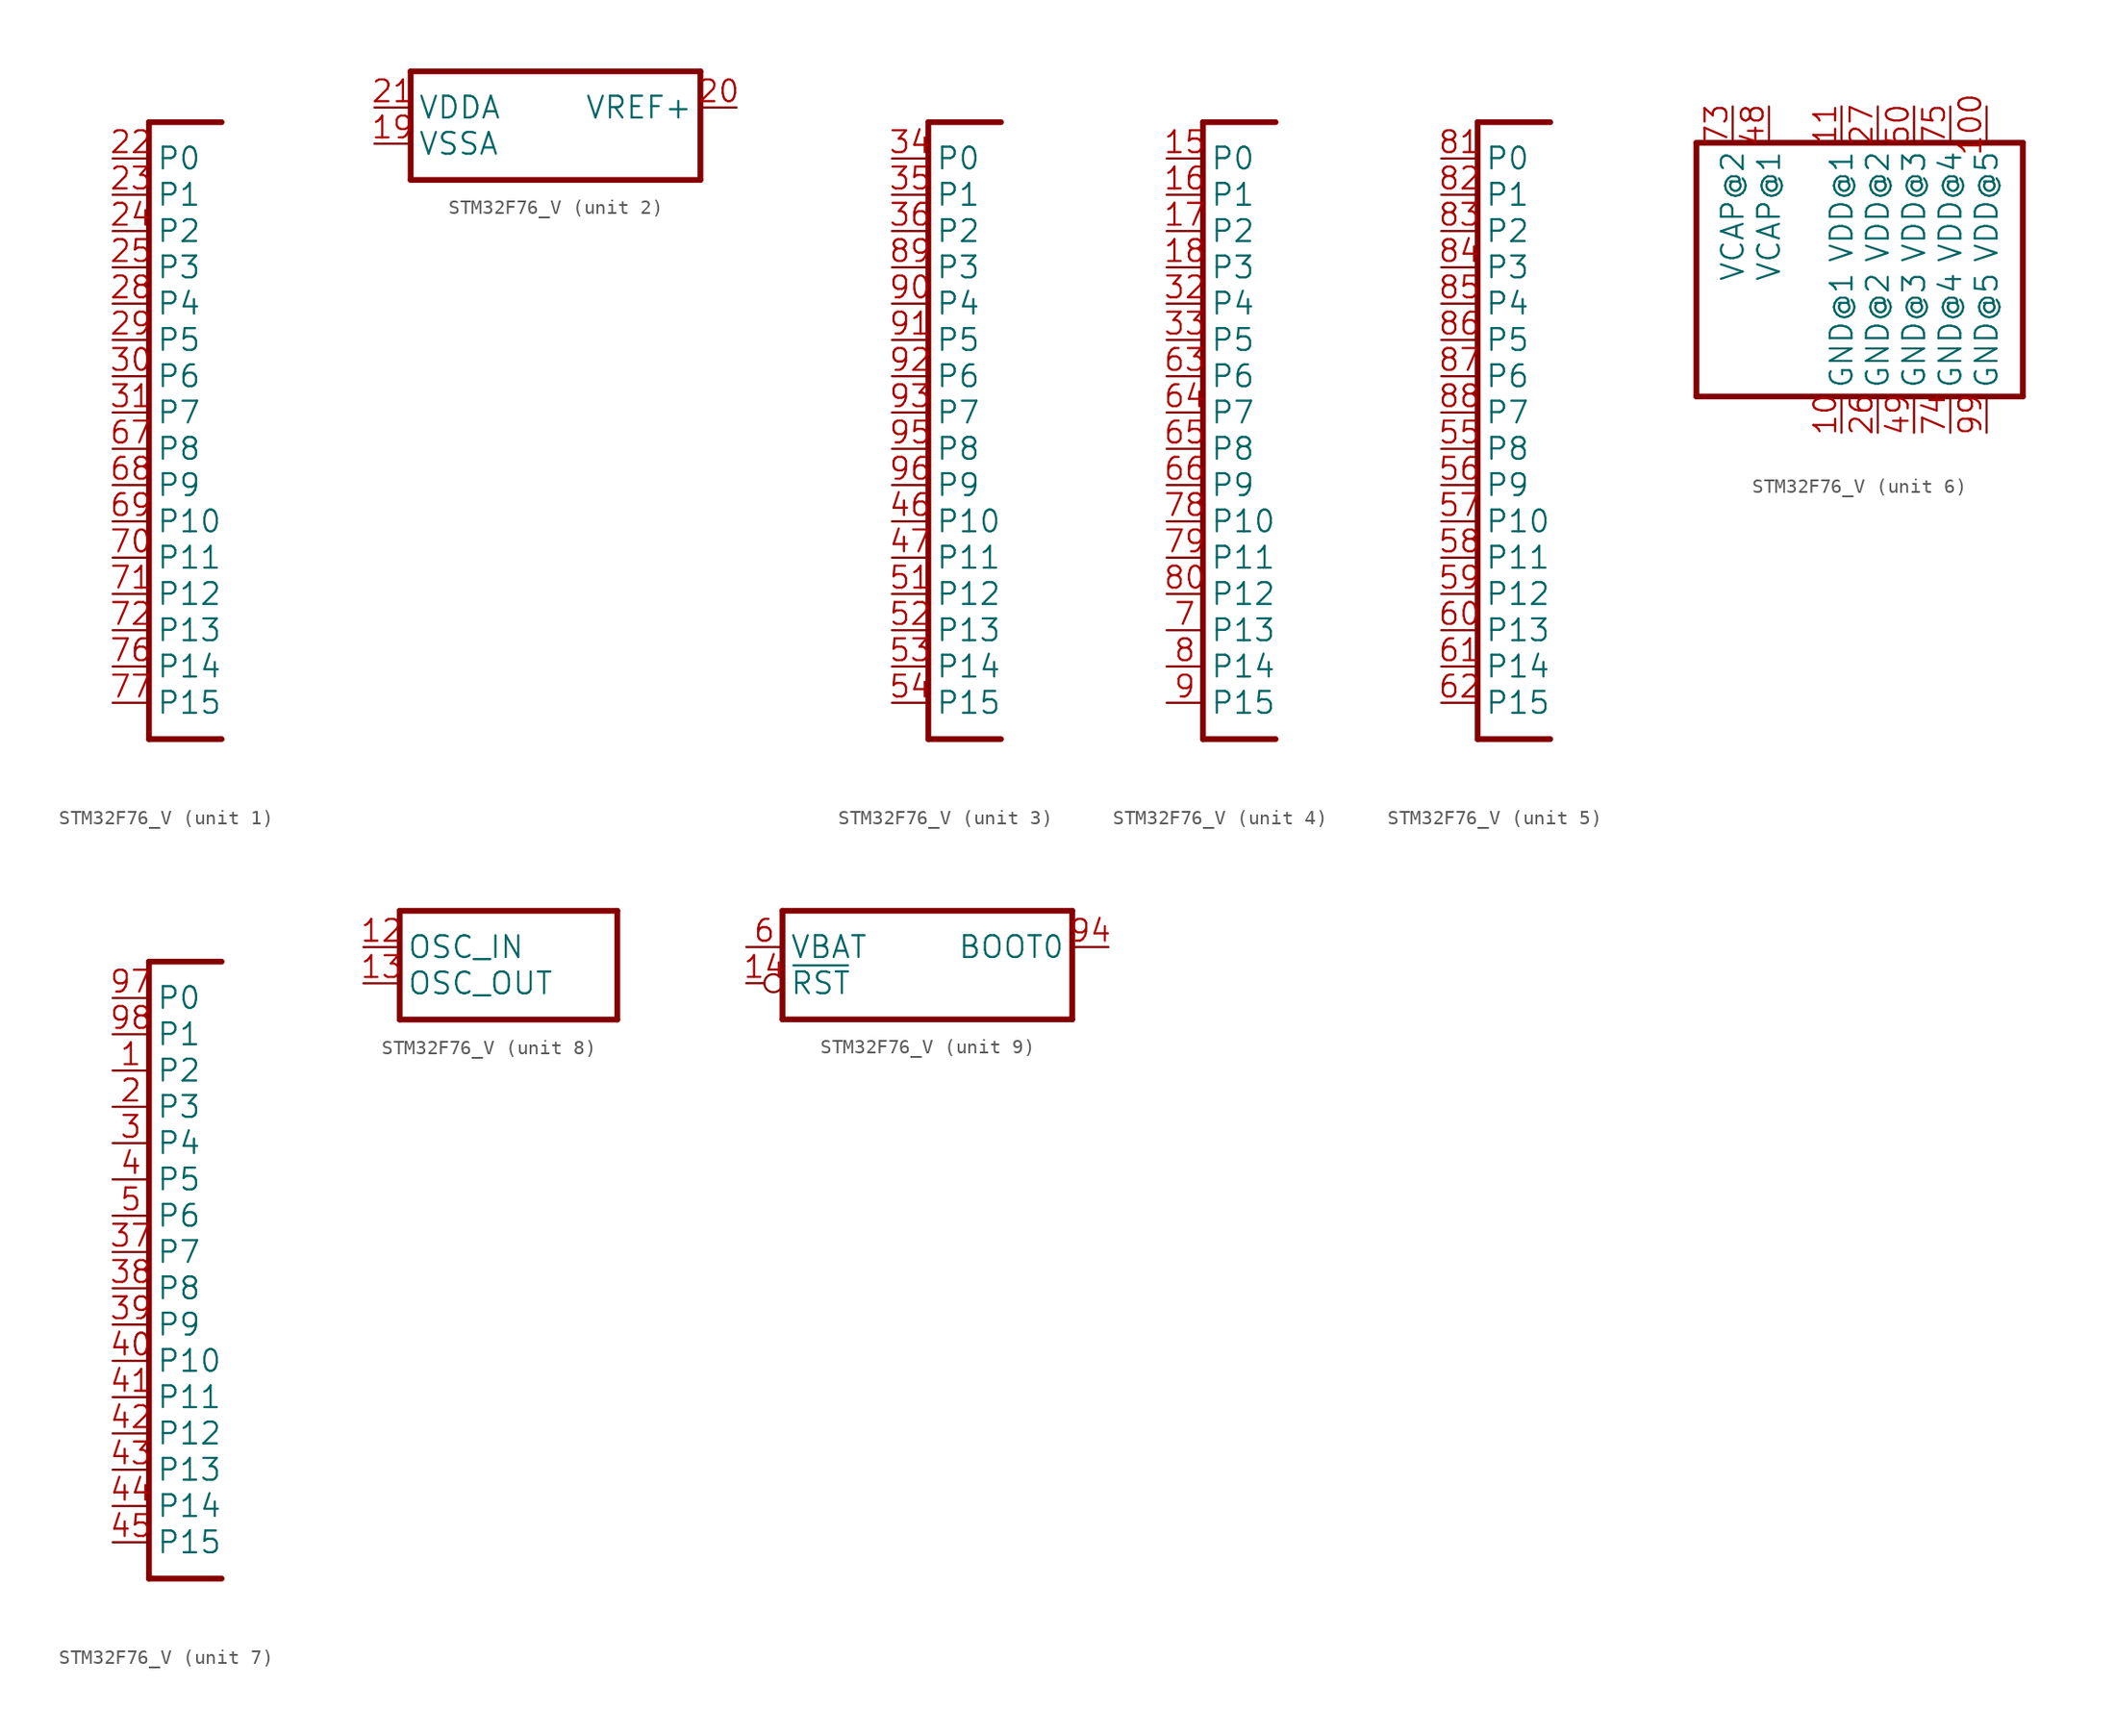
<source format=kicad_sym>
(kicad_symbol_lib
  (version 20241209)
  (generator "kicad_symbol_editor")
  (generator_version "9.0")
  (symbol "STM32F76_V"
    (property "Reference" "IC"
      (at -10.16 -5.08 0)
      (effects (font (size 1.27 1.079)) (justify left bottom) (hide yes)))
    (property "ki_locked" ""
      (at 0 0 0)
      (effects (font (size 1.27 1.27))))
    (symbol "STM32F76_V_1_0"
      (polyline (pts (xy -2.54 20.32) (xy -2.54 -22.86)) (stroke (width 0.406) (type solid)) (fill (type none)))
      (polyline (pts (xy -2.54 -22.86) (xy 2.54 -22.86)) (stroke (width 0.406) (type solid)) (fill (type none)))
      (polyline (pts (xy 2.54 20.32) (xy -2.54 20.32)) (stroke (width 0.406) (type solid)) (fill (type none)))
      (pin bidirectional line (at -5.08 17.78 0) (length 2.54) (name "P0" (effects (font (size 1.524 1.524)))) (number "22" (effects (font (size 1.524 1.524)))))
      (pin bidirectional line (at -5.08 15.24 0) (length 2.54) (name "P1" (effects (font (size 1.524 1.524)))) (number "23" (effects (font (size 1.524 1.524)))))
      (pin bidirectional line (at -5.08 12.7 0) (length 2.54) (name "P2" (effects (font (size 1.524 1.524)))) (number "24" (effects (font (size 1.524 1.524)))))
      (pin bidirectional line (at -5.08 10.16 0) (length 2.54) (name "P3" (effects (font (size 1.524 1.524)))) (number "25" (effects (font (size 1.524 1.524)))))
      (pin bidirectional line (at -5.08 7.62 0) (length 2.54) (name "P4" (effects (font (size 1.524 1.524)))) (number "28" (effects (font (size 1.524 1.524)))))
      (pin bidirectional line (at -5.08 5.08 0) (length 2.54) (name "P5" (effects (font (size 1.524 1.524)))) (number "29" (effects (font (size 1.524 1.524)))))
      (pin bidirectional line (at -5.08 2.54 0) (length 2.54) (name "P6" (effects (font (size 1.524 1.524)))) (number "30" (effects (font (size 1.524 1.524)))))
      (pin bidirectional line (at -5.08 0 0) (length 2.54) (name "P7" (effects (font (size 1.524 1.524)))) (number "31" (effects (font (size 1.524 1.524)))))
      (pin bidirectional line (at -5.08 -2.54 0) (length 2.54) (name "P8" (effects (font (size 1.524 1.524)))) (number "67" (effects (font (size 1.524 1.524)))))
      (pin bidirectional line (at -5.08 -5.08 0) (length 2.54) (name "P9" (effects (font (size 1.524 1.524)))) (number "68" (effects (font (size 1.524 1.524)))))
      (pin bidirectional line (at -5.08 -7.62 0) (length 2.54) (name "P10" (effects (font (size 1.524 1.524)))) (number "69" (effects (font (size 1.524 1.524)))))
      (pin bidirectional line (at -5.08 -10.16 0) (length 2.54) (name "P11" (effects (font (size 1.524 1.524)))) (number "70" (effects (font (size 1.524 1.524)))))
      (pin bidirectional line (at -5.08 -12.7 0) (length 2.54) (name "P12" (effects (font (size 1.524 1.524)))) (number "71" (effects (font (size 1.524 1.524)))))
      (pin bidirectional line (at -5.08 -15.24 0) (length 2.54) (name "P13" (effects (font (size 1.524 1.524)))) (number "72" (effects (font (size 1.524 1.524)))))
      (pin bidirectional line (at -5.08 -17.78 0) (length 2.54) (name "P14" (effects (font (size 1.524 1.524)))) (number "76" (effects (font (size 1.524 1.524)))))
      (pin bidirectional line (at -5.08 -20.32 0) (length 2.54) (name "P15" (effects (font (size 1.524 1.524)))) (number "77" (effects (font (size 1.524 1.524))))))
    (symbol "STM32F76_V_2_0"
      (polyline (pts (xy -10.16 5.08) (xy -10.16 -2.54)) (stroke (width 0.406) (type solid)) (fill (type none)))
      (polyline (pts (xy -10.16 -2.54) (xy 10.16 -2.54)) (stroke (width 0.406) (type solid)) (fill (type none)))
      (polyline (pts (xy 10.16 5.08) (xy -10.16 5.08)) (stroke (width 0.406) (type solid)) (fill (type none)))
      (polyline (pts (xy 10.16 -2.54) (xy 10.16 5.08)) (stroke (width 0.406) (type solid)) (fill (type none)))
      (pin power_in line (at -12.7 2.54 0) (length 2.54) (name "VDDA" (effects (font (size 1.524 1.524)))) (number "21" (effects (font (size 1.524 1.524)))))
      (pin power_in line (at -12.7 0 0) (length 2.54) (name "VSSA" (effects (font (size 1.524 1.524)))) (number "19" (effects (font (size 1.524 1.524)))))
      (pin passive line (at 12.7 2.54 180) (length 2.54) (name "VREF+" (effects (font (size 1.524 1.524)))) (number "20" (effects (font (size 1.524 1.524))))))
    (symbol "STM32F76_V_3_0"
      (polyline (pts (xy -2.54 20.32) (xy -2.54 -22.86)) (stroke (width 0.406) (type solid)) (fill (type none)))
      (polyline (pts (xy -2.54 -22.86) (xy 2.54 -22.86)) (stroke (width 0.406) (type solid)) (fill (type none)))
      (polyline (pts (xy 2.54 20.32) (xy -2.54 20.32)) (stroke (width 0.406) (type solid)) (fill (type none)))
      (pin bidirectional line (at -5.08 17.78 0) (length 2.54) (name "P0" (effects (font (size 1.524 1.524)))) (number "34" (effects (font (size 1.524 1.524)))))
      (pin bidirectional line (at -5.08 15.24 0) (length 2.54) (name "P1" (effects (font (size 1.524 1.524)))) (number "35" (effects (font (size 1.524 1.524)))))
      (pin bidirectional line (at -5.08 12.7 0) (length 2.54) (name "P2" (effects (font (size 1.524 1.524)))) (number "36" (effects (font (size 1.524 1.524)))))
      (pin bidirectional line (at -5.08 10.16 0) (length 2.54) (name "P3" (effects (font (size 1.524 1.524)))) (number "89" (effects (font (size 1.524 1.524)))))
      (pin bidirectional line (at -5.08 7.62 0) (length 2.54) (name "P4" (effects (font (size 1.524 1.524)))) (number "90" (effects (font (size 1.524 1.524)))))
      (pin bidirectional line (at -5.08 5.08 0) (length 2.54) (name "P5" (effects (font (size 1.524 1.524)))) (number "91" (effects (font (size 1.524 1.524)))))
      (pin bidirectional line (at -5.08 2.54 0) (length 2.54) (name "P6" (effects (font (size 1.524 1.524)))) (number "92" (effects (font (size 1.524 1.524)))))
      (pin bidirectional line (at -5.08 0 0) (length 2.54) (name "P7" (effects (font (size 1.524 1.524)))) (number "93" (effects (font (size 1.524 1.524)))))
      (pin bidirectional line (at -5.08 -2.54 0) (length 2.54) (name "P8" (effects (font (size 1.524 1.524)))) (number "95" (effects (font (size 1.524 1.524)))))
      (pin bidirectional line (at -5.08 -5.08 0) (length 2.54) (name "P9" (effects (font (size 1.524 1.524)))) (number "96" (effects (font (size 1.524 1.524)))))
      (pin bidirectional line (at -5.08 -7.62 0) (length 2.54) (name "P10" (effects (font (size 1.524 1.524)))) (number "46" (effects (font (size 1.524 1.524)))))
      (pin bidirectional line (at -5.08 -10.16 0) (length 2.54) (name "P11" (effects (font (size 1.524 1.524)))) (number "47" (effects (font (size 1.524 1.524)))))
      (pin bidirectional line (at -5.08 -12.7 0) (length 2.54) (name "P12" (effects (font (size 1.524 1.524)))) (number "51" (effects (font (size 1.524 1.524)))))
      (pin bidirectional line (at -5.08 -15.24 0) (length 2.54) (name "P13" (effects (font (size 1.524 1.524)))) (number "52" (effects (font (size 1.524 1.524)))))
      (pin bidirectional line (at -5.08 -17.78 0) (length 2.54) (name "P14" (effects (font (size 1.524 1.524)))) (number "53" (effects (font (size 1.524 1.524)))))
      (pin bidirectional line (at -5.08 -20.32 0) (length 2.54) (name "P15" (effects (font (size 1.524 1.524)))) (number "54" (effects (font (size 1.524 1.524))))))
    (symbol "STM32F76_V_4_0"
      (polyline (pts (xy -2.54 20.32) (xy -2.54 -22.86)) (stroke (width 0.406) (type solid)) (fill (type none)))
      (polyline (pts (xy -2.54 -22.86) (xy 2.54 -22.86)) (stroke (width 0.406) (type solid)) (fill (type none)))
      (polyline (pts (xy 2.54 20.32) (xy -2.54 20.32)) (stroke (width 0.406) (type solid)) (fill (type none)))
      (pin bidirectional line (at -5.08 17.78 0) (length 2.54) (name "P0" (effects (font (size 1.524 1.524)))) (number "15" (effects (font (size 1.524 1.524)))))
      (pin bidirectional line (at -5.08 15.24 0) (length 2.54) (name "P1" (effects (font (size 1.524 1.524)))) (number "16" (effects (font (size 1.524 1.524)))))
      (pin bidirectional line (at -5.08 12.7 0) (length 2.54) (name "P2" (effects (font (size 1.524 1.524)))) (number "17" (effects (font (size 1.524 1.524)))))
      (pin bidirectional line (at -5.08 10.16 0) (length 2.54) (name "P3" (effects (font (size 1.524 1.524)))) (number "18" (effects (font (size 1.524 1.524)))))
      (pin bidirectional line (at -5.08 7.62 0) (length 2.54) (name "P4" (effects (font (size 1.524 1.524)))) (number "32" (effects (font (size 1.524 1.524)))))
      (pin bidirectional line (at -5.08 5.08 0) (length 2.54) (name "P5" (effects (font (size 1.524 1.524)))) (number "33" (effects (font (size 1.524 1.524)))))
      (pin bidirectional line (at -5.08 2.54 0) (length 2.54) (name "P6" (effects (font (size 1.524 1.524)))) (number "63" (effects (font (size 1.524 1.524)))))
      (pin bidirectional line (at -5.08 0 0) (length 2.54) (name "P7" (effects (font (size 1.524 1.524)))) (number "64" (effects (font (size 1.524 1.524)))))
      (pin bidirectional line (at -5.08 -2.54 0) (length 2.54) (name "P8" (effects (font (size 1.524 1.524)))) (number "65" (effects (font (size 1.524 1.524)))))
      (pin bidirectional line (at -5.08 -5.08 0) (length 2.54) (name "P9" (effects (font (size 1.524 1.524)))) (number "66" (effects (font (size 1.524 1.524)))))
      (pin bidirectional line (at -5.08 -7.62 0) (length 2.54) (name "P10" (effects (font (size 1.524 1.524)))) (number "78" (effects (font (size 1.524 1.524)))))
      (pin bidirectional line (at -5.08 -10.16 0) (length 2.54) (name "P11" (effects (font (size 1.524 1.524)))) (number "79" (effects (font (size 1.524 1.524)))))
      (pin bidirectional line (at -5.08 -12.7 0) (length 2.54) (name "P12" (effects (font (size 1.524 1.524)))) (number "80" (effects (font (size 1.524 1.524)))))
      (pin bidirectional line (at -5.08 -15.24 0) (length 2.54) (name "P13" (effects (font (size 1.524 1.524)))) (number "7" (effects (font (size 1.524 1.524)))))
      (pin bidirectional line (at -5.08 -17.78 0) (length 2.54) (name "P14" (effects (font (size 1.524 1.524)))) (number "8" (effects (font (size 1.524 1.524)))))
      (pin bidirectional line (at -5.08 -20.32 0) (length 2.54) (name "P15" (effects (font (size 1.524 1.524)))) (number "9" (effects (font (size 1.524 1.524))))))
    (symbol "STM32F76_V_5_0"
      (polyline (pts (xy -2.54 20.32) (xy -2.54 -22.86)) (stroke (width 0.406) (type solid)) (fill (type none)))
      (polyline (pts (xy -2.54 -22.86) (xy 2.54 -22.86)) (stroke (width 0.406) (type solid)) (fill (type none)))
      (polyline (pts (xy 2.54 20.32) (xy -2.54 20.32)) (stroke (width 0.406) (type solid)) (fill (type none)))
      (pin bidirectional line (at -5.08 17.78 0) (length 2.54) (name "P0" (effects (font (size 1.524 1.524)))) (number "81" (effects (font (size 1.524 1.524)))))
      (pin bidirectional line (at -5.08 15.24 0) (length 2.54) (name "P1" (effects (font (size 1.524 1.524)))) (number "82" (effects (font (size 1.524 1.524)))))
      (pin bidirectional line (at -5.08 12.7 0) (length 2.54) (name "P2" (effects (font (size 1.524 1.524)))) (number "83" (effects (font (size 1.524 1.524)))))
      (pin bidirectional line (at -5.08 10.16 0) (length 2.54) (name "P3" (effects (font (size 1.524 1.524)))) (number "84" (effects (font (size 1.524 1.524)))))
      (pin bidirectional line (at -5.08 7.62 0) (length 2.54) (name "P4" (effects (font (size 1.524 1.524)))) (number "85" (effects (font (size 1.524 1.524)))))
      (pin bidirectional line (at -5.08 5.08 0) (length 2.54) (name "P5" (effects (font (size 1.524 1.524)))) (number "86" (effects (font (size 1.524 1.524)))))
      (pin bidirectional line (at -5.08 2.54 0) (length 2.54) (name "P6" (effects (font (size 1.524 1.524)))) (number "87" (effects (font (size 1.524 1.524)))))
      (pin bidirectional line (at -5.08 0 0) (length 2.54) (name "P7" (effects (font (size 1.524 1.524)))) (number "88" (effects (font (size 1.524 1.524)))))
      (pin bidirectional line (at -5.08 -2.54 0) (length 2.54) (name "P8" (effects (font (size 1.524 1.524)))) (number "55" (effects (font (size 1.524 1.524)))))
      (pin bidirectional line (at -5.08 -5.08 0) (length 2.54) (name "P9" (effects (font (size 1.524 1.524)))) (number "56" (effects (font (size 1.524 1.524)))))
      (pin bidirectional line (at -5.08 -7.62 0) (length 2.54) (name "P10" (effects (font (size 1.524 1.524)))) (number "57" (effects (font (size 1.524 1.524)))))
      (pin bidirectional line (at -5.08 -10.16 0) (length 2.54) (name "P11" (effects (font (size 1.524 1.524)))) (number "58" (effects (font (size 1.524 1.524)))))
      (pin bidirectional line (at -5.08 -12.7 0) (length 2.54) (name "P12" (effects (font (size 1.524 1.524)))) (number "59" (effects (font (size 1.524 1.524)))))
      (pin bidirectional line (at -5.08 -15.24 0) (length 2.54) (name "P13" (effects (font (size 1.524 1.524)))) (number "60" (effects (font (size 1.524 1.524)))))
      (pin bidirectional line (at -5.08 -17.78 0) (length 2.54) (name "P14" (effects (font (size 1.524 1.524)))) (number "61" (effects (font (size 1.524 1.524)))))
      (pin bidirectional line (at -5.08 -20.32 0) (length 2.54) (name "P15" (effects (font (size 1.524 1.524)))) (number "62" (effects (font (size 1.524 1.524))))))
    (symbol "STM32F76_V_6_0"
      (polyline (pts (xy -10.16 7.62) (xy 12.7 7.62)) (stroke (width 0.406) (type solid)) (fill (type none)))
      (polyline (pts (xy -10.16 -10.16) (xy -10.16 7.62)) (stroke (width 0.406) (type solid)) (fill (type none)))
      (polyline (pts (xy 12.7 7.62) (xy 12.7 -10.16)) (stroke (width 0.406) (type solid)) (fill (type none)))
      (polyline (pts (xy 12.7 -10.16) (xy -10.16 -10.16)) (stroke (width 0.406) (type solid)) (fill (type none)))
      (pin power_in line (at -7.62 10.16 270) (length 2.54) (name "VCAP@2" (effects (font (size 1.524 1.524)))) (number "73" (effects (font (size 1.524 1.524)))))
      (pin power_in line (at -5.08 10.16 270) (length 2.54) (name "VCAP@1" (effects (font (size 1.524 1.524)))) (number "48" (effects (font (size 1.524 1.524)))))
      (pin power_in line (at 0 10.16 270) (length 2.54) (name "VDD@1" (effects (font (size 1.524 1.524)))) (number "11" (effects (font (size 1.524 1.524)))))
      (pin power_in line (at 0 -12.7 90) (length 2.54) (name "GND@1" (effects (font (size 1.524 1.524)))) (number "10" (effects (font (size 1.524 1.524)))))
      (pin power_in line (at 2.54 10.16 270) (length 2.54) (name "VDD@2" (effects (font (size 1.524 1.524)))) (number "27" (effects (font (size 1.524 1.524)))))
      (pin power_in line (at 2.54 -12.7 90) (length 2.54) (name "GND@2" (effects (font (size 1.524 1.524)))) (number "26" (effects (font (size 1.524 1.524)))))
      (pin power_in line (at 5.08 10.16 270) (length 2.54) (name "VDD@3" (effects (font (size 1.524 1.524)))) (number "50" (effects (font (size 1.524 1.524)))))
      (pin power_in line (at 5.08 -12.7 90) (length 2.54) (name "GND@3" (effects (font (size 1.524 1.524)))) (number "49" (effects (font (size 1.524 1.524)))))
      (pin power_in line (at 7.62 10.16 270) (length 2.54) (name "VDD@4" (effects (font (size 1.524 1.524)))) (number "75" (effects (font (size 1.524 1.524)))))
      (pin power_in line (at 7.62 -12.7 90) (length 2.54) (name "GND@4" (effects (font (size 1.524 1.524)))) (number "74" (effects (font (size 1.524 1.524)))))
      (pin power_in line (at 10.16 10.16 270) (length 2.54) (name "VDD@5" (effects (font (size 1.524 1.524)))) (number "100" (effects (font (size 1.524 1.524)))))
      (pin power_in line (at 10.16 -12.7 90) (length 2.54) (name "GND@5" (effects (font (size 1.524 1.524)))) (number "99" (effects (font (size 1.524 1.524))))))
    (symbol "STM32F76_V_7_0"
      (polyline (pts (xy -2.54 20.32) (xy -2.54 -22.86)) (stroke (width 0.406) (type solid)) (fill (type none)))
      (polyline (pts (xy -2.54 -22.86) (xy 2.54 -22.86)) (stroke (width 0.406) (type solid)) (fill (type none)))
      (polyline (pts (xy 2.54 20.32) (xy -2.54 20.32)) (stroke (width 0.406) (type solid)) (fill (type none)))
      (pin bidirectional line (at -5.08 17.78 0) (length 2.54) (name "P0" (effects (font (size 1.524 1.524)))) (number "97" (effects (font (size 1.524 1.524)))))
      (pin bidirectional line (at -5.08 15.24 0) (length 2.54) (name "P1" (effects (font (size 1.524 1.524)))) (number "98" (effects (font (size 1.524 1.524)))))
      (pin bidirectional line (at -5.08 12.7 0) (length 2.54) (name "P2" (effects (font (size 1.524 1.524)))) (number "1" (effects (font (size 1.524 1.524)))))
      (pin bidirectional line (at -5.08 10.16 0) (length 2.54) (name "P3" (effects (font (size 1.524 1.524)))) (number "2" (effects (font (size 1.524 1.524)))))
      (pin bidirectional line (at -5.08 7.62 0) (length 2.54) (name "P4" (effects (font (size 1.524 1.524)))) (number "3" (effects (font (size 1.524 1.524)))))
      (pin bidirectional line (at -5.08 5.08 0) (length 2.54) (name "P5" (effects (font (size 1.524 1.524)))) (number "4" (effects (font (size 1.524 1.524)))))
      (pin bidirectional line (at -5.08 2.54 0) (length 2.54) (name "P6" (effects (font (size 1.524 1.524)))) (number "5" (effects (font (size 1.524 1.524)))))
      (pin bidirectional line (at -5.08 0 0) (length 2.54) (name "P7" (effects (font (size 1.524 1.524)))) (number "37" (effects (font (size 1.524 1.524)))))
      (pin bidirectional line (at -5.08 -2.54 0) (length 2.54) (name "P8" (effects (font (size 1.524 1.524)))) (number "38" (effects (font (size 1.524 1.524)))))
      (pin bidirectional line (at -5.08 -5.08 0) (length 2.54) (name "P9" (effects (font (size 1.524 1.524)))) (number "39" (effects (font (size 1.524 1.524)))))
      (pin bidirectional line (at -5.08 -7.62 0) (length 2.54) (name "P10" (effects (font (size 1.524 1.524)))) (number "40" (effects (font (size 1.524 1.524)))))
      (pin bidirectional line (at -5.08 -10.16 0) (length 2.54) (name "P11" (effects (font (size 1.524 1.524)))) (number "41" (effects (font (size 1.524 1.524)))))
      (pin bidirectional line (at -5.08 -12.7 0) (length 2.54) (name "P12" (effects (font (size 1.524 1.524)))) (number "42" (effects (font (size 1.524 1.524)))))
      (pin bidirectional line (at -5.08 -15.24 0) (length 2.54) (name "P13" (effects (font (size 1.524 1.524)))) (number "43" (effects (font (size 1.524 1.524)))))
      (pin bidirectional line (at -5.08 -17.78 0) (length 2.54) (name "P14" (effects (font (size 1.524 1.524)))) (number "44" (effects (font (size 1.524 1.524)))))
      (pin bidirectional line (at -5.08 -20.32 0) (length 2.54) (name "P15" (effects (font (size 1.524 1.524)))) (number "45" (effects (font (size 1.524 1.524))))))
    (symbol "STM32F76_V_8_0"
      (polyline (pts (xy -7.62 5.08) (xy -7.62 -2.54)) (stroke (width 0.406) (type solid)) (fill (type none)))
      (polyline (pts (xy -7.62 -2.54) (xy 7.62 -2.54)) (stroke (width 0.406) (type solid)) (fill (type none)))
      (polyline (pts (xy 7.62 5.08) (xy -7.62 5.08)) (stroke (width 0.406) (type solid)) (fill (type none)))
      (polyline (pts (xy 7.62 -2.54) (xy 7.62 5.08)) (stroke (width 0.406) (type solid)) (fill (type none)))
      (pin passive line (at -10.16 2.54 0) (length 2.54) (name "OSC_IN" (effects (font (size 1.524 1.524)))) (number "12" (effects (font (size 1.524 1.524)))))
      (pin passive line (at -10.16 0 0) (length 2.54) (name "OSC_OUT" (effects (font (size 1.524 1.524)))) (number "13" (effects (font (size 1.524 1.524))))))
    (symbol "STM32F76_V_9_0"
      (polyline (pts (xy -10.16 5.08) (xy -10.16 -2.54)) (stroke (width 0.406) (type solid)) (fill (type none)))
      (polyline (pts (xy -10.16 -2.54) (xy 10.16 -2.54)) (stroke (width 0.406) (type solid)) (fill (type none)))
      (polyline (pts (xy 10.16 5.08) (xy -10.16 5.08)) (stroke (width 0.406) (type solid)) (fill (type none)))
      (polyline (pts (xy 10.16 -2.54) (xy 10.16 5.08)) (stroke (width 0.406) (type solid)) (fill (type none)))
      (pin passive line (at -12.7 2.54 0) (length 2.54) (name "VBAT" (effects (font (size 1.524 1.524)))) (number "6" (effects (font (size 1.524 1.524)))))
      (pin input inverted (at -12.7 0 0) (length 2.54) (name "~{RST}" (effects (font (size 1.524 1.524)))) (number "14" (effects (font (size 1.524 1.524)))))
      (pin input line (at 12.7 2.54 180) (length 2.54) (name "BOOT0" (effects (font (size 1.524 1.524)))) (number "94" (effects (font (size 1.524 1.524))))))))
</source>
